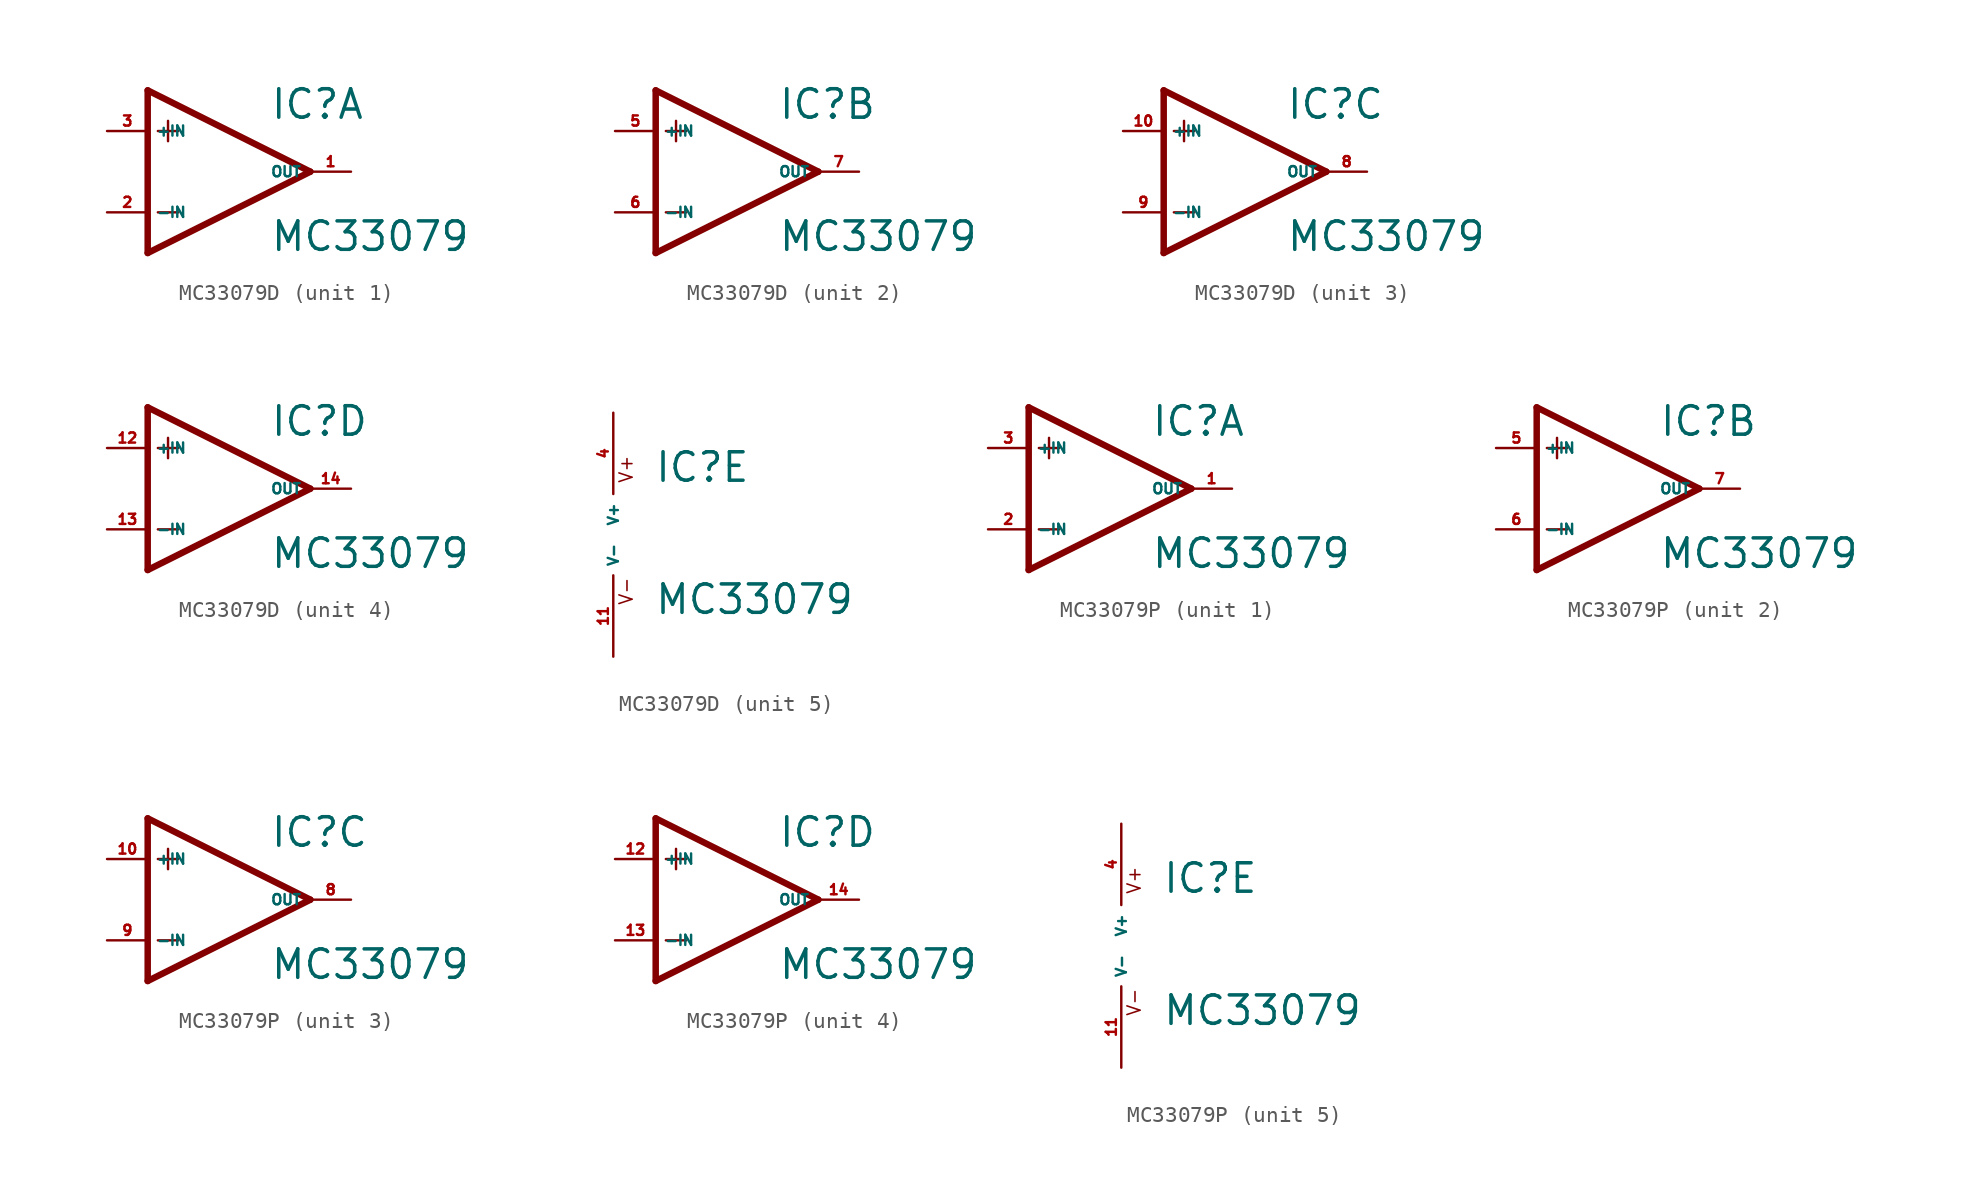
<source format=kicad_sym>
(kicad_symbol_lib
  (version 20220914)
  (generator Eagle2Kicad)
  (symbol "MC33079D"
    (property "Reference" "IC"
      (at 2.54 3.175 0)
      (effects (font (size 1.778 1.778) (thickness 0.22)) (justify left bottom)))
    (property "Value" "MC33079"
      (at 2.54 -5.08 0)
      (effects (font (size 1.778 1.778) (thickness 0.22)) (justify left bottom)))
    (symbol "MC33079D_1_0"
      (polyline (pts (xy -5.08 5.08) (xy -5.08 -5.08)) (stroke (width 0.406) (type default)) (fill (type none)))
      (polyline (pts (xy -5.08 -5.08) (xy 5.08 0)) (stroke (width 0.406) (type default)) (fill (type none)))
      (polyline (pts (xy 5.08 0) (xy -5.08 5.08)) (stroke (width 0.406) (type default)) (fill (type none)))
      (polyline (pts (xy -3.81 3.175) (xy -3.81 1.905)) (stroke (width 0.152) (type default)) (fill (type none)))
      (polyline (pts (xy -4.445 2.54) (xy -3.175 2.54)) (stroke (width 0.152) (type default)) (fill (type none)))
      (polyline (pts (xy -4.445 -2.54) (xy -3.175 -2.54)) (stroke (width 0.152) (type default)) (fill (type none)))
      (pin input line (at -7.62 -2.54 0) (length 2.54) (name "-IN" (effects (font (size 0.635 0.635) (thickness 0.08)) (justify left bottom))) (number "2" (effects (font (size 0.635 0.635) (thickness 0.08)) (justify left bottom))))
      (pin input line (at -7.62 2.54 0) (length 2.54) (name "+IN" (effects (font (size 0.635 0.635) (thickness 0.08)) (justify left bottom))) (number "3" (effects (font (size 0.635 0.635) (thickness 0.08)) (justify left bottom))))
      (pin output line (at 7.62 0 180) (length 2.54) (name "OUT" (effects (font (size 0.635 0.635) (thickness 0.08)) (justify left bottom))) (number "1" (effects (font (size 0.635 0.635) (thickness 0.08)) (justify left bottom)))))
    (symbol "MC33079D_2_0"
      (polyline (pts (xy -5.08 5.08) (xy -5.08 -5.08)) (stroke (width 0.406) (type default)) (fill (type none)))
      (polyline (pts (xy -5.08 -5.08) (xy 5.08 0)) (stroke (width 0.406) (type default)) (fill (type none)))
      (polyline (pts (xy 5.08 0) (xy -5.08 5.08)) (stroke (width 0.406) (type default)) (fill (type none)))
      (polyline (pts (xy -3.81 3.175) (xy -3.81 1.905)) (stroke (width 0.152) (type default)) (fill (type none)))
      (polyline (pts (xy -4.445 2.54) (xy -3.175 2.54)) (stroke (width 0.152) (type default)) (fill (type none)))
      (polyline (pts (xy -4.445 -2.54) (xy -3.175 -2.54)) (stroke (width 0.152) (type default)) (fill (type none)))
      (pin input line (at -7.62 -2.54 0) (length 2.54) (name "-IN" (effects (font (size 0.635 0.635) (thickness 0.08)) (justify left bottom))) (number "6" (effects (font (size 0.635 0.635) (thickness 0.08)) (justify left bottom))))
      (pin input line (at -7.62 2.54 0) (length 2.54) (name "+IN" (effects (font (size 0.635 0.635) (thickness 0.08)) (justify left bottom))) (number "5" (effects (font (size 0.635 0.635) (thickness 0.08)) (justify left bottom))))
      (pin output line (at 7.62 0 180) (length 2.54) (name "OUT" (effects (font (size 0.635 0.635) (thickness 0.08)) (justify left bottom))) (number "7" (effects (font (size 0.635 0.635) (thickness 0.08)) (justify left bottom)))))
    (symbol "MC33079D_3_0"
      (polyline (pts (xy -5.08 5.08) (xy -5.08 -5.08)) (stroke (width 0.406) (type default)) (fill (type none)))
      (polyline (pts (xy -5.08 -5.08) (xy 5.08 0)) (stroke (width 0.406) (type default)) (fill (type none)))
      (polyline (pts (xy 5.08 0) (xy -5.08 5.08)) (stroke (width 0.406) (type default)) (fill (type none)))
      (polyline (pts (xy -3.81 3.175) (xy -3.81 1.905)) (stroke (width 0.152) (type default)) (fill (type none)))
      (polyline (pts (xy -4.445 2.54) (xy -3.175 2.54)) (stroke (width 0.152) (type default)) (fill (type none)))
      (polyline (pts (xy -4.445 -2.54) (xy -3.175 -2.54)) (stroke (width 0.152) (type default)) (fill (type none)))
      (pin input line (at -7.62 -2.54 0) (length 2.54) (name "-IN" (effects (font (size 0.635 0.635) (thickness 0.08)) (justify left bottom))) (number "9" (effects (font (size 0.635 0.635) (thickness 0.08)) (justify left bottom))))
      (pin input line (at -7.62 2.54 0) (length 2.54) (name "+IN" (effects (font (size 0.635 0.635) (thickness 0.08)) (justify left bottom))) (number "10" (effects (font (size 0.635 0.635) (thickness 0.08)) (justify left bottom))))
      (pin output line (at 7.62 0 180) (length 2.54) (name "OUT" (effects (font (size 0.635 0.635) (thickness 0.08)) (justify left bottom))) (number "8" (effects (font (size 0.635 0.635) (thickness 0.08)) (justify left bottom)))))
    (symbol "MC33079D_4_0"
      (polyline (pts (xy -5.08 5.08) (xy -5.08 -5.08)) (stroke (width 0.406) (type default)) (fill (type none)))
      (polyline (pts (xy -5.08 -5.08) (xy 5.08 0)) (stroke (width 0.406) (type default)) (fill (type none)))
      (polyline (pts (xy 5.08 0) (xy -5.08 5.08)) (stroke (width 0.406) (type default)) (fill (type none)))
      (polyline (pts (xy -3.81 3.175) (xy -3.81 1.905)) (stroke (width 0.152) (type default)) (fill (type none)))
      (polyline (pts (xy -4.445 2.54) (xy -3.175 2.54)) (stroke (width 0.152) (type default)) (fill (type none)))
      (polyline (pts (xy -4.445 -2.54) (xy -3.175 -2.54)) (stroke (width 0.152) (type default)) (fill (type none)))
      (pin input line (at -7.62 -2.54 0) (length 2.54) (name "-IN" (effects (font (size 0.635 0.635) (thickness 0.08)) (justify left bottom))) (number "13" (effects (font (size 0.635 0.635) (thickness 0.08)) (justify left bottom))))
      (pin input line (at -7.62 2.54 0) (length 2.54) (name "+IN" (effects (font (size 0.635 0.635) (thickness 0.08)) (justify left bottom))) (number "12" (effects (font (size 0.635 0.635) (thickness 0.08)) (justify left bottom))))
      (pin output line (at 7.62 0 180) (length 2.54) (name "OUT" (effects (font (size 0.635 0.635) (thickness 0.08)) (justify left bottom))) (number "14" (effects (font (size 0.635 0.635) (thickness 0.08)) (justify left bottom)))))
    (symbol "MC33079D_5_0"
      (text "V+" (at 1.27 3.175 900) (effects (font (size 0.813 0.813) (thickness 0.10)) (justify left bottom)))
      (text "V-" (at 1.27 -4.445 900) (effects (font (size 0.813 0.813) (thickness 0.10)) (justify left bottom)))
      (pin unspecified line (at 0 7.62 270) (length 5.08) (name "V+" (effects (font (size 0.635 0.635) (thickness 0.08)) (justify left bottom))) (number "4" (effects (font (size 0.635 0.635) (thickness 0.08)) (justify left bottom))))
      (pin unspecified line (at 0 -7.62 90) (length 5.08) (name "V-" (effects (font (size 0.635 0.635) (thickness 0.08)) (justify left bottom))) (number "11" (effects (font (size 0.635 0.635) (thickness 0.08)) (justify left bottom))))))
  (symbol "MC33079P"
    (property "Reference" "IC"
      (at 2.54 3.175 0)
      (effects (font (size 1.778 1.778) (thickness 0.22)) (justify left bottom)))
    (property "Value" "MC33079"
      (at 2.54 -5.08 0)
      (effects (font (size 1.778 1.778) (thickness 0.22)) (justify left bottom)))
    (symbol "MC33079P_1_0"
      (polyline (pts (xy -5.08 5.08) (xy -5.08 -5.08)) (stroke (width 0.406) (type default)) (fill (type none)))
      (polyline (pts (xy -5.08 -5.08) (xy 5.08 0)) (stroke (width 0.406) (type default)) (fill (type none)))
      (polyline (pts (xy 5.08 0) (xy -5.08 5.08)) (stroke (width 0.406) (type default)) (fill (type none)))
      (polyline (pts (xy -3.81 3.175) (xy -3.81 1.905)) (stroke (width 0.152) (type default)) (fill (type none)))
      (polyline (pts (xy -4.445 2.54) (xy -3.175 2.54)) (stroke (width 0.152) (type default)) (fill (type none)))
      (polyline (pts (xy -4.445 -2.54) (xy -3.175 -2.54)) (stroke (width 0.152) (type default)) (fill (type none)))
      (pin input line (at -7.62 -2.54 0) (length 2.54) (name "-IN" (effects (font (size 0.635 0.635) (thickness 0.08)) (justify left bottom))) (number "2" (effects (font (size 0.635 0.635) (thickness 0.08)) (justify left bottom))))
      (pin input line (at -7.62 2.54 0) (length 2.54) (name "+IN" (effects (font (size 0.635 0.635) (thickness 0.08)) (justify left bottom))) (number "3" (effects (font (size 0.635 0.635) (thickness 0.08)) (justify left bottom))))
      (pin output line (at 7.62 0 180) (length 2.54) (name "OUT" (effects (font (size 0.635 0.635) (thickness 0.08)) (justify left bottom))) (number "1" (effects (font (size 0.635 0.635) (thickness 0.08)) (justify left bottom)))))
    (symbol "MC33079P_2_0"
      (polyline (pts (xy -5.08 5.08) (xy -5.08 -5.08)) (stroke (width 0.406) (type default)) (fill (type none)))
      (polyline (pts (xy -5.08 -5.08) (xy 5.08 0)) (stroke (width 0.406) (type default)) (fill (type none)))
      (polyline (pts (xy 5.08 0) (xy -5.08 5.08)) (stroke (width 0.406) (type default)) (fill (type none)))
      (polyline (pts (xy -3.81 3.175) (xy -3.81 1.905)) (stroke (width 0.152) (type default)) (fill (type none)))
      (polyline (pts (xy -4.445 2.54) (xy -3.175 2.54)) (stroke (width 0.152) (type default)) (fill (type none)))
      (polyline (pts (xy -4.445 -2.54) (xy -3.175 -2.54)) (stroke (width 0.152) (type default)) (fill (type none)))
      (pin input line (at -7.62 -2.54 0) (length 2.54) (name "-IN" (effects (font (size 0.635 0.635) (thickness 0.08)) (justify left bottom))) (number "6" (effects (font (size 0.635 0.635) (thickness 0.08)) (justify left bottom))))
      (pin input line (at -7.62 2.54 0) (length 2.54) (name "+IN" (effects (font (size 0.635 0.635) (thickness 0.08)) (justify left bottom))) (number "5" (effects (font (size 0.635 0.635) (thickness 0.08)) (justify left bottom))))
      (pin output line (at 7.62 0 180) (length 2.54) (name "OUT" (effects (font (size 0.635 0.635) (thickness 0.08)) (justify left bottom))) (number "7" (effects (font (size 0.635 0.635) (thickness 0.08)) (justify left bottom)))))
    (symbol "MC33079P_3_0"
      (polyline (pts (xy -5.08 5.08) (xy -5.08 -5.08)) (stroke (width 0.406) (type default)) (fill (type none)))
      (polyline (pts (xy -5.08 -5.08) (xy 5.08 0)) (stroke (width 0.406) (type default)) (fill (type none)))
      (polyline (pts (xy 5.08 0) (xy -5.08 5.08)) (stroke (width 0.406) (type default)) (fill (type none)))
      (polyline (pts (xy -3.81 3.175) (xy -3.81 1.905)) (stroke (width 0.152) (type default)) (fill (type none)))
      (polyline (pts (xy -4.445 2.54) (xy -3.175 2.54)) (stroke (width 0.152) (type default)) (fill (type none)))
      (polyline (pts (xy -4.445 -2.54) (xy -3.175 -2.54)) (stroke (width 0.152) (type default)) (fill (type none)))
      (pin input line (at -7.62 -2.54 0) (length 2.54) (name "-IN" (effects (font (size 0.635 0.635) (thickness 0.08)) (justify left bottom))) (number "9" (effects (font (size 0.635 0.635) (thickness 0.08)) (justify left bottom))))
      (pin input line (at -7.62 2.54 0) (length 2.54) (name "+IN" (effects (font (size 0.635 0.635) (thickness 0.08)) (justify left bottom))) (number "10" (effects (font (size 0.635 0.635) (thickness 0.08)) (justify left bottom))))
      (pin output line (at 7.62 0 180) (length 2.54) (name "OUT" (effects (font (size 0.635 0.635) (thickness 0.08)) (justify left bottom))) (number "8" (effects (font (size 0.635 0.635) (thickness 0.08)) (justify left bottom)))))
    (symbol "MC33079P_4_0"
      (polyline (pts (xy -5.08 5.08) (xy -5.08 -5.08)) (stroke (width 0.406) (type default)) (fill (type none)))
      (polyline (pts (xy -5.08 -5.08) (xy 5.08 0)) (stroke (width 0.406) (type default)) (fill (type none)))
      (polyline (pts (xy 5.08 0) (xy -5.08 5.08)) (stroke (width 0.406) (type default)) (fill (type none)))
      (polyline (pts (xy -3.81 3.175) (xy -3.81 1.905)) (stroke (width 0.152) (type default)) (fill (type none)))
      (polyline (pts (xy -4.445 2.54) (xy -3.175 2.54)) (stroke (width 0.152) (type default)) (fill (type none)))
      (polyline (pts (xy -4.445 -2.54) (xy -3.175 -2.54)) (stroke (width 0.152) (type default)) (fill (type none)))
      (pin input line (at -7.62 -2.54 0) (length 2.54) (name "-IN" (effects (font (size 0.635 0.635) (thickness 0.08)) (justify left bottom))) (number "13" (effects (font (size 0.635 0.635) (thickness 0.08)) (justify left bottom))))
      (pin input line (at -7.62 2.54 0) (length 2.54) (name "+IN" (effects (font (size 0.635 0.635) (thickness 0.08)) (justify left bottom))) (number "12" (effects (font (size 0.635 0.635) (thickness 0.08)) (justify left bottom))))
      (pin output line (at 7.62 0 180) (length 2.54) (name "OUT" (effects (font (size 0.635 0.635) (thickness 0.08)) (justify left bottom))) (number "14" (effects (font (size 0.635 0.635) (thickness 0.08)) (justify left bottom)))))
    (symbol "MC33079P_5_0"
      (text "V+" (at 1.27 3.175 900) (effects (font (size 0.813 0.813) (thickness 0.10)) (justify left bottom)))
      (text "V-" (at 1.27 -4.445 900) (effects (font (size 0.813 0.813) (thickness 0.10)) (justify left bottom)))
      (pin unspecified line (at 0 7.62 270) (length 5.08) (name "V+" (effects (font (size 0.635 0.635) (thickness 0.08)) (justify left bottom))) (number "4" (effects (font (size 0.635 0.635) (thickness 0.08)) (justify left bottom))))
      (pin unspecified line (at 0 -7.62 90) (length 5.08) (name "V-" (effects (font (size 0.635 0.635) (thickness 0.08)) (justify left bottom))) (number "11" (effects (font (size 0.635 0.635) (thickness 0.08)) (justify left bottom)))))))
</source>
